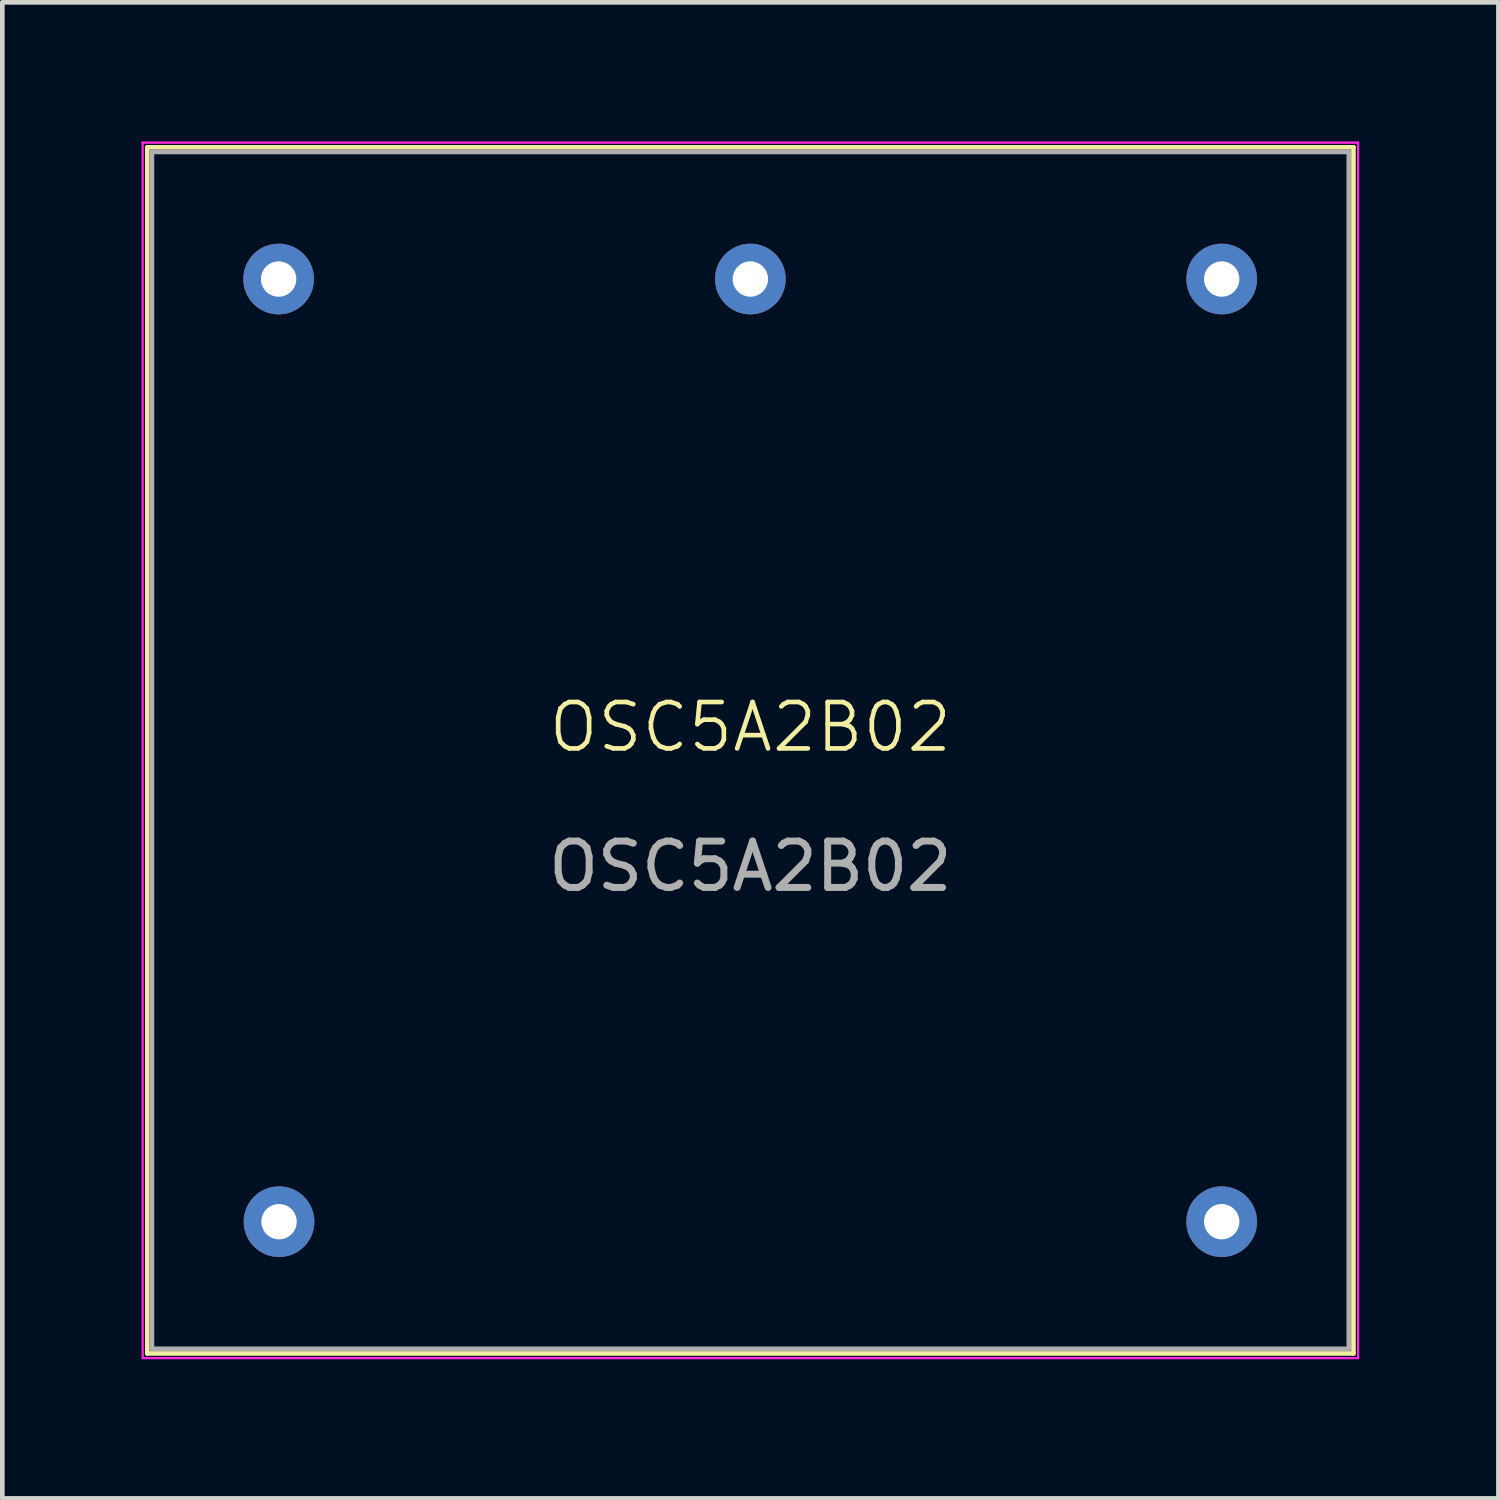
<source format=kicad_pcb>
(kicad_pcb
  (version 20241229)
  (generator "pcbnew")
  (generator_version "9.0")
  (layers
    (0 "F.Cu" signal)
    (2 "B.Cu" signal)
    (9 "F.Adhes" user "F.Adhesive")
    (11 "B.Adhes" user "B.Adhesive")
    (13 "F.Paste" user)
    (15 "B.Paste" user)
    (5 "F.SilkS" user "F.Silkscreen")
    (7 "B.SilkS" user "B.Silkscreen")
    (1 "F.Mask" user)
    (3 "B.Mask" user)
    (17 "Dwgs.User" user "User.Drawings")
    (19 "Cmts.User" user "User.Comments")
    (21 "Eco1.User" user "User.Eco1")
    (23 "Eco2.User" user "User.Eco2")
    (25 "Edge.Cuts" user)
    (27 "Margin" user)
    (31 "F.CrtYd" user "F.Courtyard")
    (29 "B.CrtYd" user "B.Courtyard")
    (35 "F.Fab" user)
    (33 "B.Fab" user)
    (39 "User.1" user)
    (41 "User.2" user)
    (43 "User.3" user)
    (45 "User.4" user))
  (footprint "OSC5A2B02"
    (layer "F.Cu")
    (at 13.125 13.125)
    (property "Reference" "OSC5A2B02" (at 0 -0.5 0) (unlocked yes) (layer "F.SilkS") (effects (font (size 1 1) (thickness 0.1))))
    (attr through_hole)
    (fp_line (start -13 -13) (end -13 13) (stroke (width 0.1) (type default)) (layer "F.SilkS"))
    (fp_line (start -13 13) (end 13 13) (stroke (width 0.1) (type default)) (layer "F.SilkS"))
    (fp_line (start 13 -13) (end -13 -13) (stroke (width 0.1) (type default)) (layer "F.SilkS"))
    (fp_line (start 13 13) (end 13 -13) (stroke (width 0.1) (type default)) (layer "F.SilkS"))
    (fp_line (start -13.1 -13.1) (end -13.1 13.1) (stroke (width 0.05) (type default)) (layer "F.CrtYd"))
    (fp_line (start -13.1 13.1) (end 13.1 13.1) (stroke (width 0.05) (type default)) (layer "F.CrtYd"))
    (fp_line (start 13.1 -13.1) (end -13.1 -13.1) (stroke (width 0.05) (type default)) (layer "F.CrtYd"))
    (fp_line (start 13.1 13.1) (end 13.1 -13.1) (stroke (width 0.05) (type default)) (layer "F.CrtYd"))
    (fp_line (start -12.9 -12.9) (end -12.9 12.9) (stroke (width 0.1) (type default)) (layer "F.Fab"))
    (fp_line (start -12.9 12.9) (end 12.9 12.9) (stroke (width 0.1) (type default)) (layer "F.Fab"))
    (fp_line (start 12.9 -12.9) (end -12.9 -12.9) (stroke (width 0.1) (type default)) (layer "F.Fab"))
    (fp_line (start 12.9 12.9) (end 12.9 -12.9) (stroke (width 0.1) (type default)) (layer "F.Fab"))
    (fp_text user "${REFERENCE}" (at 0 2.5 0) (unlocked yes) (layer "F.Fab") (effects (font (size 1 1) (thickness 0.15))))
    (pad "1" thru_hole circle (at 10.16 -10.16) (size 1.524 1.524) (drill 0.762) (layers "*.Cu" "*.Mask"))
    (pad "2" thru_hole circle (at 0 -10.16) (size 1.524 1.524) (drill 0.762) (layers "*.Cu" "*.Mask"))
    (pad "3" thru_hole circle (at -10.169 -10.16) (size 1.524 1.524) (drill 0.762) (layers "*.Cu" "*.Mask"))
    (pad "4" thru_hole circle (at 10.16 10.16) (size 1.524 1.524) (drill 0.762) (layers "*.Cu" "*.Mask"))
    (pad "5" thru_hole circle (at -10.16 10.16) (size 1.524 1.524) (drill 0.762) (layers "*.Cu" "*.Mask")))
  (gr_rect
    (start -3 -3)
    (end 29.25 29.25)
    (stroke (width 0.1) (type default))
    (fill no)
    (layer "Edge.Cuts")))
</source>
